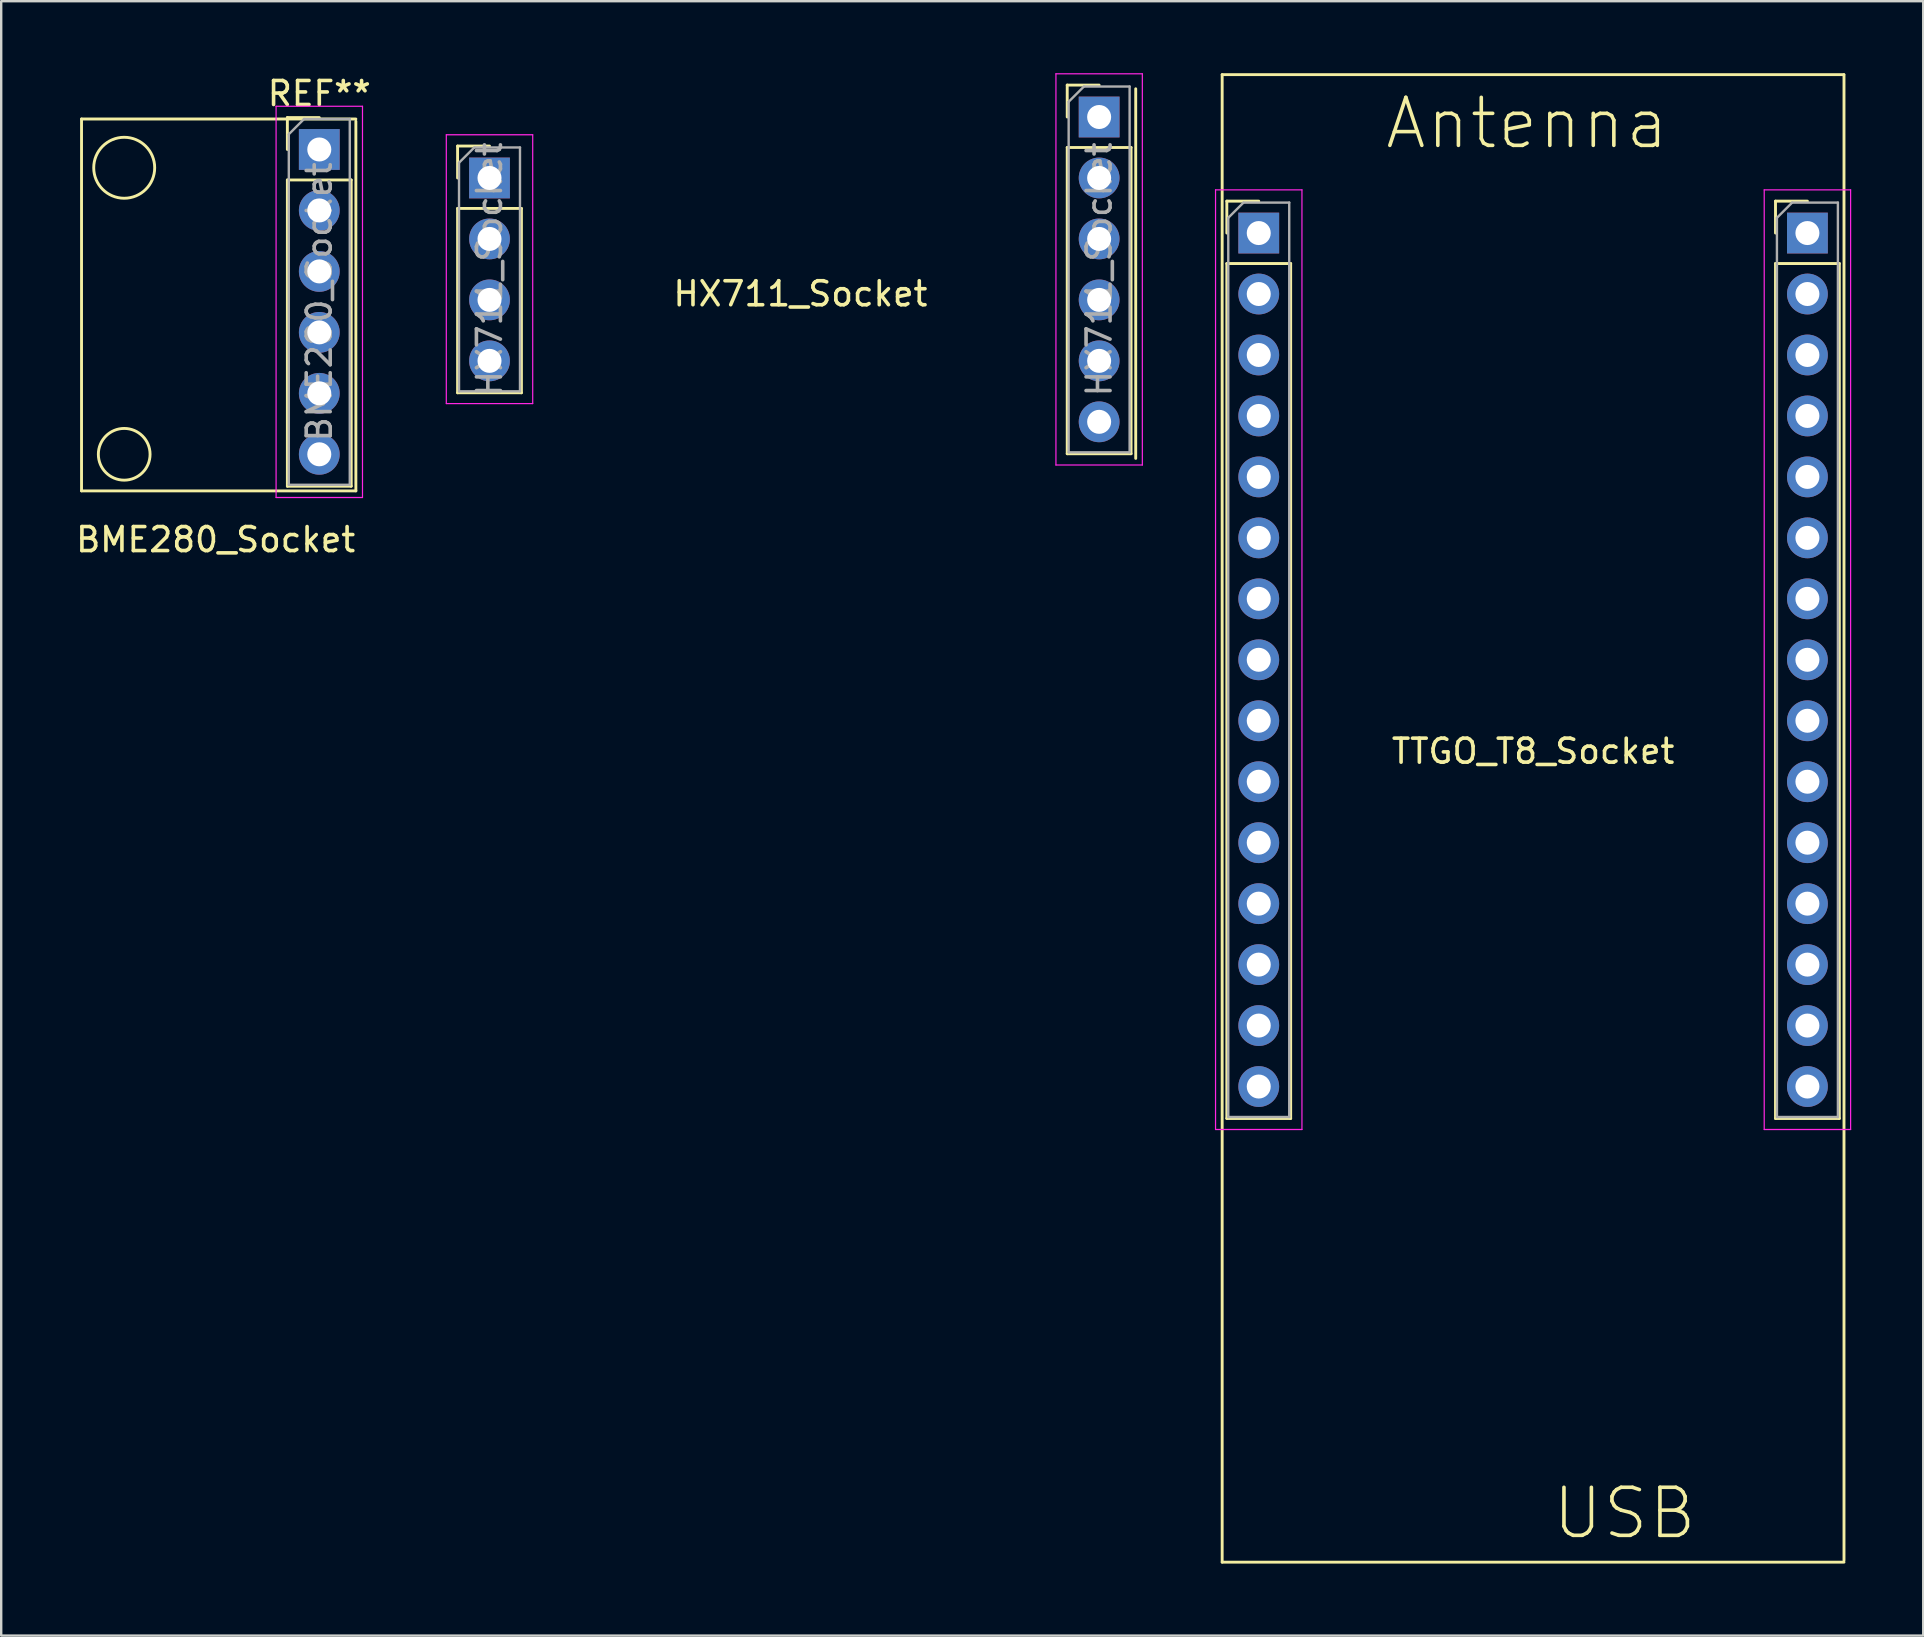
<source format=kicad_pcb>
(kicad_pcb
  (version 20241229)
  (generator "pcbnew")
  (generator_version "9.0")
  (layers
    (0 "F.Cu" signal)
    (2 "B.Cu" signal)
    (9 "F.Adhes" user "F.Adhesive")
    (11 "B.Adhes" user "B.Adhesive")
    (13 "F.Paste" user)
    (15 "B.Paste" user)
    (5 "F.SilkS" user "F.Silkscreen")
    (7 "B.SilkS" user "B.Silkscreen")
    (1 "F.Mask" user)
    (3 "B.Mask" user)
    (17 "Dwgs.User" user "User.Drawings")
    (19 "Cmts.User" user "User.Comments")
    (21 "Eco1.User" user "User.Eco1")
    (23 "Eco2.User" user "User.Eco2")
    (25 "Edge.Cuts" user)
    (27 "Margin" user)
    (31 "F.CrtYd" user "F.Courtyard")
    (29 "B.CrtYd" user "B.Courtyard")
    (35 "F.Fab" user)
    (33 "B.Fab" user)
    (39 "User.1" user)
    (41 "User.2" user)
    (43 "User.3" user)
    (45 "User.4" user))
  (footprint "HX711_Socket"
    (layer "F.Cu")
    (at 17.345 8.429)
    (property "Reference" "HX711_Socket" (at 12.954 0.762 0) (layer "F.SilkS") (effects (font (size 1 1) (thickness 0.15))))
    (attr through_hole)
    (fp_line (start -1.33 -5.394) (end 0 -5.394) (stroke (width 0.12) (type solid)) (layer "F.SilkS"))
    (fp_line (start -1.33 -4.064) (end -1.33 -5.394) (stroke (width 0.12) (type solid)) (layer "F.SilkS"))
    (fp_line (start -1.33 -2.794) (end -1.33 4.886) (stroke (width 0.12) (type solid)) (layer "F.SilkS"))
    (fp_line (start -1.33 -2.794) (end 1.33 -2.794) (stroke (width 0.12) (type solid)) (layer "F.SilkS"))
    (fp_line (start -1.33 4.886) (end 1.33 4.886) (stroke (width 0.12) (type solid)) (layer "F.SilkS"))
    (fp_line (start 1.33 -2.794) (end 1.33 4.886) (stroke (width 0.12) (type solid)) (layer "F.SilkS"))
    (fp_line (start 24.07 -7.934) (end 25.4 -7.934) (stroke (width 0.12) (type solid)) (layer "F.SilkS"))
    (fp_line (start 24.07 -6.604) (end 24.07 -7.934) (stroke (width 0.12) (type solid)) (layer "F.SilkS"))
    (fp_line (start 24.07 -5.334) (end 24.07 7.426) (stroke (width 0.12) (type solid)) (layer "F.SilkS"))
    (fp_line (start 24.07 -5.334) (end 26.73 -5.334) (stroke (width 0.12) (type solid)) (layer "F.SilkS"))
    (fp_line (start 24.07 7.426) (end 26.73 7.426) (stroke (width 0.12) (type solid)) (layer "F.SilkS"))
    (fp_line (start 26.73 -5.334) (end 26.73 7.426) (stroke (width 0.12) (type solid)) (layer "F.SilkS"))
    (fp_line (start 26.924 7.62) (end 26.924 -7.78) (stroke (width 0.12) (type solid)) (layer "F.SilkS"))
    (fp_line (start -1.8 -5.864) (end -1.8 5.336) (stroke (width 0.05) (type solid)) (layer "F.CrtYd"))
    (fp_line (start -1.8 5.336) (end 1.8 5.336) (stroke (width 0.05) (type solid)) (layer "F.CrtYd"))
    (fp_line (start 1.8 -5.864) (end -1.8 -5.864) (stroke (width 0.05) (type solid)) (layer "F.CrtYd"))
    (fp_line (start 1.8 5.336) (end 1.8 -5.864) (stroke (width 0.05) (type solid)) (layer "F.CrtYd"))
    (fp_line (start 23.6 -8.404) (end 23.6 7.896) (stroke (width 0.05) (type solid)) (layer "F.CrtYd"))
    (fp_line (start 23.6 7.896) (end 27.2 7.896) (stroke (width 0.05) (type solid)) (layer "F.CrtYd"))
    (fp_line (start 27.2 -8.404) (end 23.6 -8.404) (stroke (width 0.05) (type solid)) (layer "F.CrtYd"))
    (fp_line (start 27.2 7.896) (end 27.2 -8.404) (stroke (width 0.05) (type solid)) (layer "F.CrtYd"))
    (fp_line (start -1.27 -4.699) (end -0.635 -5.334) (stroke (width 0.1) (type solid)) (layer "F.Fab"))
    (fp_line (start -1.27 4.826) (end -1.27 -4.699) (stroke (width 0.1) (type solid)) (layer "F.Fab"))
    (fp_line (start -0.635 -5.334) (end 1.27 -5.334) (stroke (width 0.1) (type solid)) (layer "F.Fab"))
    (fp_line (start 1.27 -5.334) (end 1.27 4.826) (stroke (width 0.1) (type solid)) (layer "F.Fab"))
    (fp_line (start 1.27 4.826) (end -1.27 4.826) (stroke (width 0.1) (type solid)) (layer "F.Fab"))
    (fp_line (start 24.13 -7.239) (end 24.765 -7.874) (stroke (width 0.1) (type solid)) (layer "F.Fab"))
    (fp_line (start 24.13 7.366) (end 24.13 -7.239) (stroke (width 0.1) (type solid)) (layer "F.Fab"))
    (fp_line (start 24.765 -7.874) (end 26.67 -7.874) (stroke (width 0.1) (type solid)) (layer "F.Fab"))
    (fp_line (start 26.67 -7.874) (end 26.67 7.366) (stroke (width 0.1) (type solid)) (layer "F.Fab"))
    (fp_line (start 26.67 7.366) (end 24.13 7.366) (stroke (width 0.1) (type solid)) (layer "F.Fab"))
    (fp_text user "${REFERENCE}" (at 0 -0.254 90) (layer "F.Fab") (effects (font (size 1 1) (thickness 0.15))))
    (fp_text user "${REFERENCE}" (at 25.4 -0.254 90) (layer "F.Fab") (effects (font (size 1 1) (thickness 0.15))))
    (pad "1" thru_hole rect (at 0 -4.064) (size 1.7 1.7) (drill 1) (layers "*.Cu" "*.Mask"))
    (pad "1" thru_hole rect (at 25.4 -6.604) (size 1.7 1.7) (drill 1) (layers "*.Cu" "*.Mask"))
    (pad "2" thru_hole oval (at 0 -1.524) (size 1.7 1.7) (drill 1) (layers "*.Cu" "*.Mask"))
    (pad "2" thru_hole oval (at 25.4 -4.064) (size 1.7 1.7) (drill 1) (layers "*.Cu" "*.Mask"))
    (pad "3" thru_hole oval (at 0 1.016) (size 1.7 1.7) (drill 1) (layers "*.Cu" "*.Mask"))
    (pad "3" thru_hole oval (at 25.4 -1.524) (size 1.7 1.7) (drill 1) (layers "*.Cu" "*.Mask"))
    (pad "4" thru_hole oval (at 0 3.556) (size 1.7 1.7) (drill 1) (layers "*.Cu" "*.Mask"))
    (pad "4" thru_hole oval (at 25.4 1.016) (size 1.7 1.7) (drill 1) (layers "*.Cu" "*.Mask"))
    (pad "5" thru_hole oval (at 25.4 3.556) (size 1.7 1.7) (drill 1) (layers "*.Cu" "*.Mask"))
    (pad "6" thru_hole oval (at 25.4 6.096) (size 1.7 1.7) (drill 1) (layers "*.Cu" "*.Mask")))
  (footprint "TTGO_T8_Socket"
    (layer "F.Cu")
    (at 60.825 24.44)
    (property "Reference" "TTGO_T8_Socket" (at 0 3.81 0) (layer "F.SilkS") (effects (font (size 1 1) (thickness 0.15))))
    (attr through_hole)
    (fp_line (start -12.954 -24.38) (end 12.946 -24.38) (stroke (width 0.12) (type solid)) (layer "F.SilkS"))
    (fp_line (start -12.954 37.596) (end -12.954 -24.38) (stroke (width 0.12) (type solid)) (layer "F.SilkS"))
    (fp_line (start -12.76 -19.11) (end -11.43 -19.11) (stroke (width 0.12) (type solid)) (layer "F.SilkS"))
    (fp_line (start -12.76 -17.78) (end -12.76 -19.11) (stroke (width 0.12) (type solid)) (layer "F.SilkS"))
    (fp_line (start -12.76 -16.51) (end -12.76 19.11) (stroke (width 0.12) (type solid)) (layer "F.SilkS"))
    (fp_line (start -12.76 -16.51) (end -10.1 -16.51) (stroke (width 0.12) (type solid)) (layer "F.SilkS"))
    (fp_line (start -12.76 19.11) (end -10.1 19.11) (stroke (width 0.12) (type solid)) (layer "F.SilkS"))
    (fp_line (start -10.1 -16.51) (end -10.1 19.11) (stroke (width 0.12) (type solid)) (layer "F.SilkS"))
    (fp_line (start 10.1 -19.11) (end 11.43 -19.11) (stroke (width 0.12) (type solid)) (layer "F.SilkS"))
    (fp_line (start 10.1 -17.78) (end 10.1 -19.11) (stroke (width 0.12) (type solid)) (layer "F.SilkS"))
    (fp_line (start 10.1 -16.51) (end 10.1 19.11) (stroke (width 0.12) (type solid)) (layer "F.SilkS"))
    (fp_line (start 10.1 -16.51) (end 12.76 -16.51) (stroke (width 0.12) (type solid)) (layer "F.SilkS"))
    (fp_line (start 10.1 19.11) (end 12.76 19.11) (stroke (width 0.12) (type solid)) (layer "F.SilkS"))
    (fp_line (start 12.76 -16.51) (end 12.76 19.11) (stroke (width 0.12) (type solid)) (layer "F.SilkS"))
    (fp_line (start 12.954 -24.38) (end 12.954 37.52) (stroke (width 0.12) (type solid)) (layer "F.SilkS"))
    (fp_line (start 12.954 37.596) (end -12.954 37.596) (stroke (width 0.12) (type solid)) (layer "F.SilkS"))
    (fp_line (start -13.23 -19.58) (end -13.23 19.57) (stroke (width 0.05) (type solid)) (layer "F.CrtYd"))
    (fp_line (start -13.23 19.57) (end -9.63 19.57) (stroke (width 0.05) (type solid)) (layer "F.CrtYd"))
    (fp_line (start -9.63 -19.58) (end -13.23 -19.58) (stroke (width 0.05) (type solid)) (layer "F.CrtYd"))
    (fp_line (start -9.63 19.57) (end -9.63 -19.58) (stroke (width 0.05) (type solid)) (layer "F.CrtYd"))
    (fp_line (start 9.63 -19.58) (end 9.63 19.57) (stroke (width 0.05) (type solid)) (layer "F.CrtYd"))
    (fp_line (start 9.63 19.57) (end 13.23 19.57) (stroke (width 0.05) (type solid)) (layer "F.CrtYd"))
    (fp_line (start 13.23 -19.58) (end 9.63 -19.58) (stroke (width 0.05) (type solid)) (layer "F.CrtYd"))
    (fp_line (start 13.23 19.57) (end 13.23 -19.58) (stroke (width 0.05) (type solid)) (layer "F.CrtYd"))
    (fp_line (start -12.7 -18.415) (end -12.065 -19.05) (stroke (width 0.1) (type solid)) (layer "F.Fab"))
    (fp_line (start -12.7 19.05) (end -12.7 -18.415) (stroke (width 0.1) (type solid)) (layer "F.Fab"))
    (fp_line (start -12.065 -19.05) (end -10.16 -19.05) (stroke (width 0.1) (type solid)) (layer "F.Fab"))
    (fp_line (start -10.16 -19.05) (end -10.16 19.05) (stroke (width 0.1) (type solid)) (layer "F.Fab"))
    (fp_line (start -10.16 19.05) (end -12.7 19.05) (stroke (width 0.1) (type solid)) (layer "F.Fab"))
    (fp_line (start 10.16 -18.415) (end 10.795 -19.05) (stroke (width 0.1) (type solid)) (layer "F.Fab"))
    (fp_line (start 10.16 19.05) (end 10.16 -18.415) (stroke (width 0.1) (type solid)) (layer "F.Fab"))
    (fp_line (start 10.795 -19.05) (end 12.7 -19.05) (stroke (width 0.1) (type solid)) (layer "F.Fab"))
    (fp_line (start 12.7 -19.05) (end 12.7 19.05) (stroke (width 0.1) (type solid)) (layer "F.Fab"))
    (fp_line (start 12.7 19.05) (end 10.16 19.05) (stroke (width 0.1) (type solid)) (layer "F.Fab"))
    (fp_text user "Antenna" (at -0.254 -22.352 0) (layer "F.SilkS") (effects (font (size 2 2) (thickness 0.15))))
    (fp_text user "USB" (at 3.81 35.56 0) (layer "F.SilkS") (effects (font (size 2 2) (thickness 0.15))))
    (pad "0" thru_hole oval (at 11.43 12.7) (size 1.7 1.7) (drill 1) (layers "*.Cu" "*.Mask"))
    (pad "2" thru_hole oval (at 11.43 7.62) (size 1.7 1.7) (drill 1) (layers "*.Cu" "*.Mask"))
    (pad "3V3" thru_hole oval (at 11.43 -15.24) (size 1.7 1.7) (drill 1) (layers "*.Cu" "*.Mask"))
    (pad "4" thru_hole oval (at 11.43 15.24) (size 1.7 1.7) (drill 1) (layers "*.Cu" "*.Mask"))
    (pad "5" thru_hole oval (at 11.43 5.08) (size 1.7 1.7) (drill 1) (layers "*.Cu" "*.Mask"))
    (pad "5V" thru_hole oval (at 11.43 17.78) (size 1.7 1.7) (drill 1) (layers "*.Cu" "*.Mask"))
    (pad "12" thru_hole oval (at -11.43 10.16) (size 1.7 1.7) (drill 1) (layers "*.Cu" "*.Mask"))
    (pad "13" thru_hole oval (at -11.43 12.7) (size 1.7 1.7) (drill 1) (layers "*.Cu" "*.Mask"))
    (pad "14" thru_hole oval (at -11.43 7.62) (size 1.7 1.7) (drill 1) (layers "*.Cu" "*.Mask"))
    (pad "15" thru_hole oval (at -11.43 15.24) (size 1.7 1.7) (drill 1) (layers "*.Cu" "*.Mask"))
    (pad "18" thru_hole oval (at 11.43 2.54) (size 1.7 1.7) (drill 1) (layers "*.Cu" "*.Mask"))
    (pad "19" thru_hole oval (at 11.43 -2.54) (size 1.7 1.7) (drill 1) (layers "*.Cu" "*.Mask"))
    (pad "21" thru_hole oval (at 11.43 -12.7) (size 1.7 1.7) (drill 1) (layers "*.Cu" "*.Mask"))
    (pad "22" thru_hole oval (at 11.43 -5.08) (size 1.7 1.7) (drill 1) (layers "*.Cu" "*.Mask"))
    (pad "23" thru_hole oval (at 11.43 0) (size 1.7 1.7) (drill 1) (layers "*.Cu" "*.Mask"))
    (pad "25" thru_hole oval (at -11.43 0) (size 1.7 1.7) (drill 1) (layers "*.Cu" "*.Mask"))
    (pad "26" thru_hole oval (at -11.43 2.54) (size 1.7 1.7) (drill 1) (layers "*.Cu" "*.Mask"))
    (pad "27" thru_hole oval (at -11.43 5.08) (size 1.7 1.7) (drill 1) (layers "*.Cu" "*.Mask"))
    (pad "32" thru_hole oval (at -11.43 -5.08) (size 1.7 1.7) (drill 1) (layers "*.Cu" "*.Mask"))
    (pad "33" thru_hole oval (at -11.43 -2.54) (size 1.7 1.7) (drill 1) (layers "*.Cu" "*.Mask"))
    (pad "34" thru_hole oval (at -11.43 -10.16) (size 1.7 1.7) (drill 1) (layers "*.Cu" "*.Mask"))
    (pad "35" thru_hole oval (at -11.43 -7.62) (size 1.7 1.7) (drill 1) (layers "*.Cu" "*.Mask"))
    (pad "36" thru_hole rect (at -11.43 -17.78) (size 1.7 1.7) (drill 1) (layers "*.Cu" "*.Mask"))
    (pad "39" thru_hole oval (at -11.43 -15.24) (size 1.7 1.7) (drill 1) (layers "*.Cu" "*.Mask"))
    (pad "GND" thru_hole oval (at -11.43 17.78) (size 1.7 1.7) (drill 1) (layers "*.Cu" "*.Mask"))
    (pad "GND" thru_hole rect (at 11.43 -17.78) (size 1.7 1.7) (drill 1) (layers "*.Cu" "*.Mask"))
    (pad "GND" thru_hole oval (at 11.43 10.16) (size 1.7 1.7) (drill 1) (layers "*.Cu" "*.Mask"))
    (pad "RST" thru_hole oval (at -11.43 -12.7 180) (size 1.7 1.7) (drill 1) (layers "*.Cu" "*.Mask"))
    (pad "RXD" thru_hole oval (at 11.43 -7.62) (size 1.7 1.7) (drill 1) (layers "*.Cu" "*.Mask"))
    (pad "TXD" thru_hole oval (at 11.43 -10.16) (size 1.7 1.7) (drill 1) (layers "*.Cu" "*.Mask")))
  (footprint "BME280_Socket"
    (layer "F.Cu")
    (at 10.253 9.528)
    (property "Reference" "BME280_Socket" (at -4.318 9.906 0) (layer "F.SilkS") (effects (font (size 1 1) (thickness 0.15))))
    (attr through_hole)
    (fp_line (start -9.906 -7.62) (end -9.906 7.874) (stroke (width 0.12) (type solid)) (layer "F.SilkS"))
    (fp_line (start -9.906 7.874) (end 1.524 7.874) (stroke (width 0.12) (type solid)) (layer "F.SilkS"))
    (fp_line (start -1.33 -7.68) (end 0 -7.68) (stroke (width 0.12) (type solid)) (layer "F.SilkS"))
    (fp_line (start -1.33 -6.35) (end -1.33 -7.68) (stroke (width 0.12) (type solid)) (layer "F.SilkS"))
    (fp_line (start -1.33 -5.08) (end -1.33 7.68) (stroke (width 0.12) (type solid)) (layer "F.SilkS"))
    (fp_line (start -1.33 -5.08) (end 1.33 -5.08) (stroke (width 0.12) (type solid)) (layer "F.SilkS"))
    (fp_line (start -1.33 7.68) (end 1.33 7.68) (stroke (width 0.12) (type solid)) (layer "F.SilkS"))
    (fp_line (start 1.33 -5.08) (end 1.33 7.68) (stroke (width 0.12) (type solid)) (layer "F.SilkS"))
    (fp_line (start 1.524 -7.62) (end -9.906 -7.62) (stroke (width 0.12) (type solid)) (layer "F.SilkS"))
    (fp_line (start 1.524 7.874) (end 1.524 -7.526) (stroke (width 0.12) (type solid)) (layer "F.SilkS"))
    (fp_circle (center -8.128 -5.588) (end -7.112 -4.826) (stroke (width 0.12) (type solid)) (fill no) (layer "F.SilkS"))
    (fp_circle (center -8.128 6.35) (end -7.366 7.112) (stroke (width 0.12) (type solid)) (fill no) (layer "F.SilkS"))
    (fp_line (start -1.8 -8.15) (end -1.8 8.15) (stroke (width 0.05) (type solid)) (layer "F.CrtYd"))
    (fp_line (start -1.8 8.15) (end 1.8 8.15) (stroke (width 0.05) (type solid)) (layer "F.CrtYd"))
    (fp_line (start 1.8 -8.15) (end -1.8 -8.15) (stroke (width 0.05) (type solid)) (layer "F.CrtYd"))
    (fp_line (start 1.8 8.15) (end 1.8 -8.15) (stroke (width 0.05) (type solid)) (layer "F.CrtYd"))
    (fp_line (start -1.27 -6.985) (end -0.635 -7.62) (stroke (width 0.1) (type solid)) (layer "F.Fab"))
    (fp_line (start -1.27 7.62) (end -1.27 -6.985) (stroke (width 0.1) (type solid)) (layer "F.Fab"))
    (fp_line (start -0.635 -7.62) (end 1.27 -7.62) (stroke (width 0.1) (type solid)) (layer "F.Fab"))
    (fp_line (start 1.27 -7.62) (end 1.27 7.62) (stroke (width 0.1) (type solid)) (layer "F.Fab"))
    (fp_line (start 1.27 7.62) (end -1.27 7.62) (stroke (width 0.1) (type solid)) (layer "F.Fab"))
    (fp_text user "REF**" (at 0 -8.68 0) (layer "F.SilkS") (effects (font (size 1 1) (thickness 0.15))))
    (fp_text user "${REFERENCE}" (at 0 0 90) (layer "F.Fab") (effects (font (size 1 1) (thickness 0.15))))
    (pad "1" thru_hole rect (at 0 -6.35) (size 1.7 1.7) (drill 1) (layers "*.Cu" "*.Mask"))
    (pad "2" thru_hole oval (at 0 -3.81) (size 1.7 1.7) (drill 1) (layers "*.Cu" "*.Mask"))
    (pad "3" thru_hole oval (at 0 -1.27) (size 1.7 1.7) (drill 1) (layers "*.Cu" "*.Mask"))
    (pad "4" thru_hole oval (at 0 1.27) (size 1.7 1.7) (drill 1) (layers "*.Cu" "*.Mask"))
    (pad "5" thru_hole oval (at 0 3.81) (size 1.7 1.7) (drill 1) (layers "*.Cu" "*.Mask"))
    (pad "6" thru_hole oval (at 0 6.35) (size 1.7 1.7) (drill 1) (layers "*.Cu" "*.Mask")))
  (gr_rect
    (start -3 -3)
    (end 77.08 65.096)
    (stroke (width 0.1) (type default))
    (fill no)
    (layer "Edge.Cuts")))
</source>
